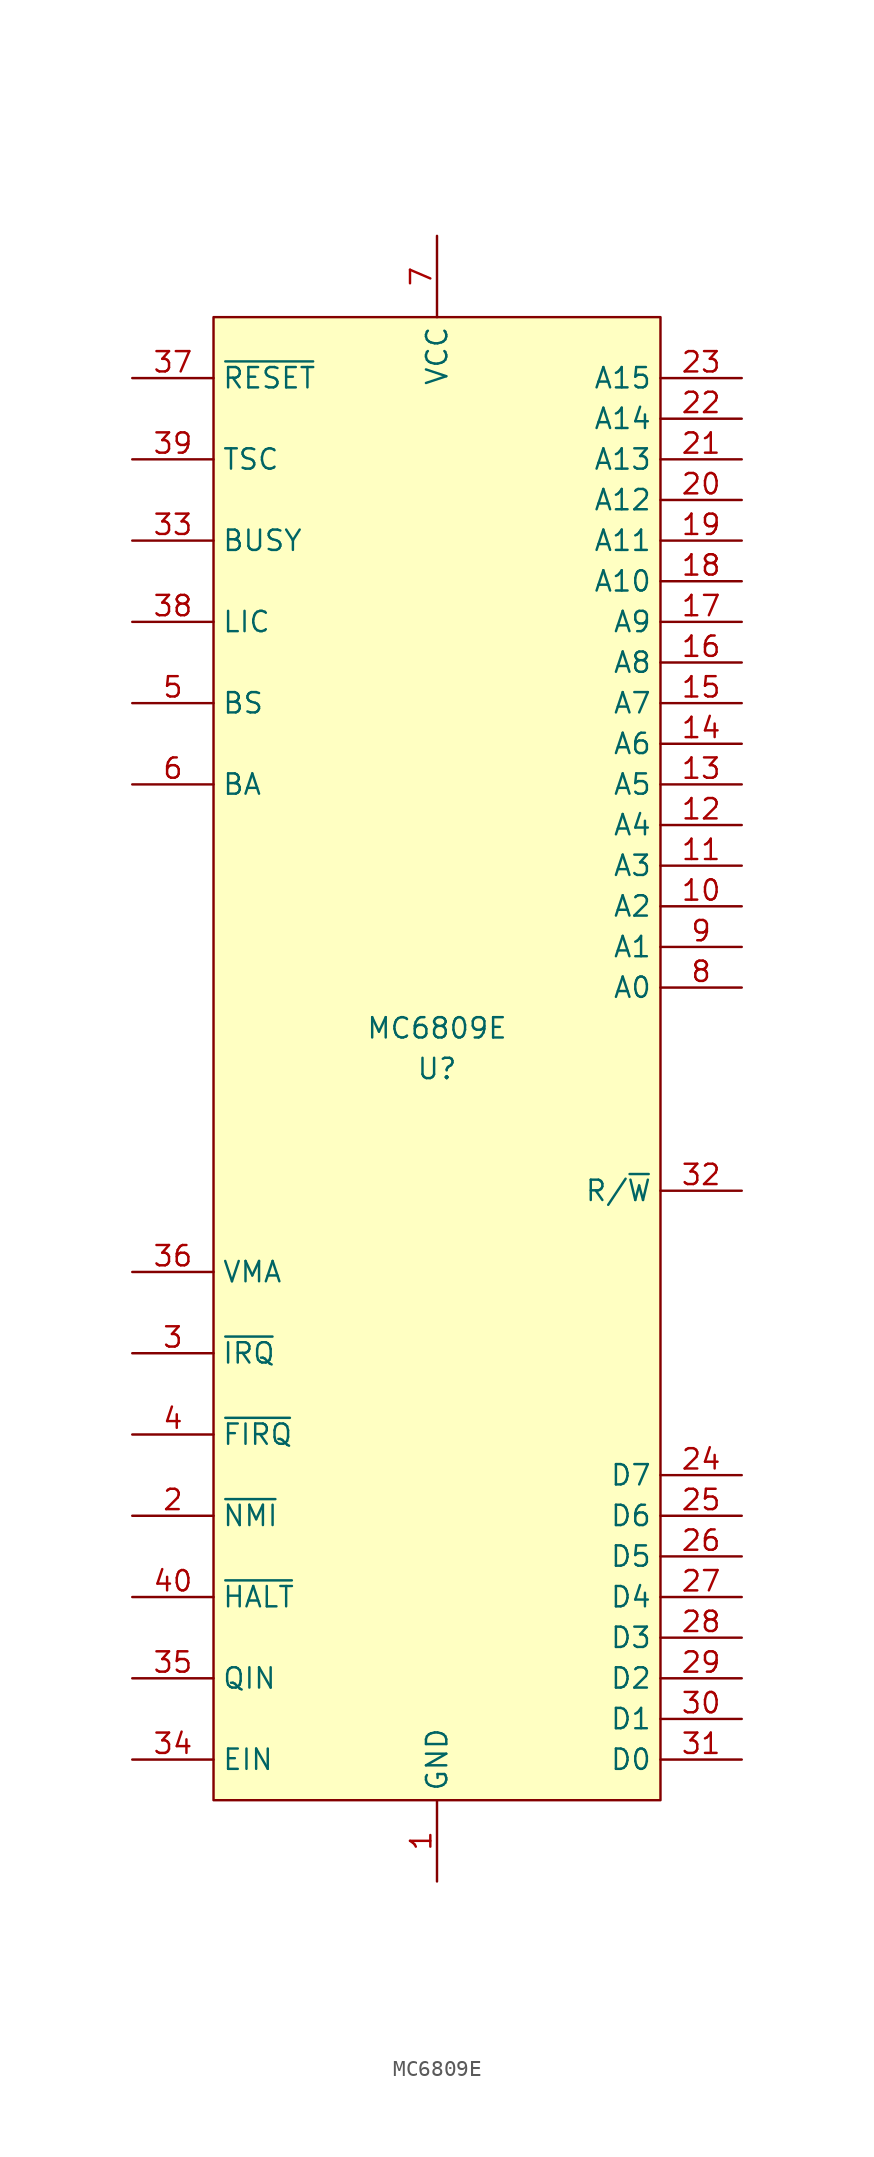
<source format=kicad_sym>
(kicad_symbol_lib
  (version 20211014)
  (generator kicad_symbol_editor)
  (symbol "MC6809E"
    (property "Reference" "U"
      (at 13.97 -46.99 0)
      (effects (font (size 1.27 1.27))))
    (property "Value" "MC6809E"
      (at 13.97 -44.45 0)
      (effects (font (size 1.27 1.27))))
    (symbol "MC6809E_0_1"
      (rectangle (start 0 0) (end 27.94 -92.71) (stroke (width 0) (type default) (color 0 0 0 0)) (fill (type background))))
    (symbol "MC6809E_1_1"
      (pin power_in line (at 13.97 -97.79 90) (length 5.08) (name "GND" (effects (font (size 1.27 1.27)))) (number "1" (effects (font (size 1.27 1.27)))))
      (pin bidirectional line (at 33.02 -36.83 180) (length 5.08) (name "A2" (effects (font (size 1.27 1.27)))) (number "10" (effects (font (size 1.27 1.27)))))
      (pin bidirectional line (at 33.02 -34.29 180) (length 5.08) (name "A3" (effects (font (size 1.27 1.27)))) (number "11" (effects (font (size 1.27 1.27)))))
      (pin bidirectional line (at 33.02 -31.75 180) (length 5.08) (name "A4" (effects (font (size 1.27 1.27)))) (number "12" (effects (font (size 1.27 1.27)))))
      (pin bidirectional line (at 33.02 -29.21 180) (length 5.08) (name "A5" (effects (font (size 1.27 1.27)))) (number "13" (effects (font (size 1.27 1.27)))))
      (pin bidirectional line (at 33.02 -26.67 180) (length 5.08) (name "A6" (effects (font (size 1.27 1.27)))) (number "14" (effects (font (size 1.27 1.27)))))
      (pin bidirectional line (at 33.02 -24.13 180) (length 5.08) (name "A7" (effects (font (size 1.27 1.27)))) (number "15" (effects (font (size 1.27 1.27)))))
      (pin bidirectional line (at 33.02 -21.59 180) (length 5.08) (name "A8" (effects (font (size 1.27 1.27)))) (number "16" (effects (font (size 1.27 1.27)))))
      (pin bidirectional line (at 33.02 -19.05 180) (length 5.08) (name "A9" (effects (font (size 1.27 1.27)))) (number "17" (effects (font (size 1.27 1.27)))))
      (pin bidirectional line (at 33.02 -16.51 180) (length 5.08) (name "A10" (effects (font (size 1.27 1.27)))) (number "18" (effects (font (size 1.27 1.27)))))
      (pin bidirectional line (at 33.02 -13.97 180) (length 5.08) (name "A11" (effects (font (size 1.27 1.27)))) (number "19" (effects (font (size 1.27 1.27)))))
      (pin input line (at -5.08 -74.93 0) (length 5.08) (name "~{NMI}" (effects (font (size 1.27 1.27)))) (number "2" (effects (font (size 1.27 1.27)))))
      (pin bidirectional line (at 33.02 -11.43 180) (length 5.08) (name "A12" (effects (font (size 1.27 1.27)))) (number "20" (effects (font (size 1.27 1.27)))))
      (pin bidirectional line (at 33.02 -8.89 180) (length 5.08) (name "A13" (effects (font (size 1.27 1.27)))) (number "21" (effects (font (size 1.27 1.27)))))
      (pin bidirectional line (at 33.02 -6.35 180) (length 5.08) (name "A14" (effects (font (size 1.27 1.27)))) (number "22" (effects (font (size 1.27 1.27)))))
      (pin bidirectional line (at 33.02 -3.81 180) (length 5.08) (name "A15" (effects (font (size 1.27 1.27)))) (number "23" (effects (font (size 1.27 1.27)))))
      (pin bidirectional line (at 33.02 -72.39 180) (length 5.08) (name "D7" (effects (font (size 1.27 1.27)))) (number "24" (effects (font (size 1.27 1.27)))))
      (pin bidirectional line (at 33.02 -74.93 180) (length 5.08) (name "D6" (effects (font (size 1.27 1.27)))) (number "25" (effects (font (size 1.27 1.27)))))
      (pin bidirectional line (at 33.02 -77.47 180) (length 5.08) (name "D5" (effects (font (size 1.27 1.27)))) (number "26" (effects (font (size 1.27 1.27)))))
      (pin bidirectional line (at 33.02 -80.01 180) (length 5.08) (name "D4" (effects (font (size 1.27 1.27)))) (number "27" (effects (font (size 1.27 1.27)))))
      (pin bidirectional line (at 33.02 -82.55 180) (length 5.08) (name "D3" (effects (font (size 1.27 1.27)))) (number "28" (effects (font (size 1.27 1.27)))))
      (pin bidirectional line (at 33.02 -85.09 180) (length 5.08) (name "D2" (effects (font (size 1.27 1.27)))) (number "29" (effects (font (size 1.27 1.27)))))
      (pin input line (at -5.08 -64.77 0) (length 5.08) (name "~{IRQ}" (effects (font (size 1.27 1.27)))) (number "3" (effects (font (size 1.27 1.27)))))
      (pin bidirectional line (at 33.02 -87.63 180) (length 5.08) (name "D1" (effects (font (size 1.27 1.27)))) (number "30" (effects (font (size 1.27 1.27)))))
      (pin bidirectional line (at 33.02 -90.17 180) (length 5.08) (name "D0" (effects (font (size 1.27 1.27)))) (number "31" (effects (font (size 1.27 1.27)))))
      (pin output line (at 33.02 -54.61 180) (length 5.08) (name "R/~{W}" (effects (font (size 1.27 1.27)))) (number "32" (effects (font (size 1.27 1.27)))))
      (pin output line (at -5.08 -13.97 0) (length 5.08) (name "BUSY" (effects (font (size 1.27 1.27)))) (number "33" (effects (font (size 1.27 1.27)))))
      (pin input line (at -5.08 -90.17 0) (length 5.08) (name "EIN" (effects (font (size 1.27 1.27)))) (number "34" (effects (font (size 1.27 1.27)))))
      (pin input line (at -5.08 -85.09 0) (length 5.08) (name "QIN" (effects (font (size 1.27 1.27)))) (number "35" (effects (font (size 1.27 1.27)))))
      (pin output line (at -5.08 -59.69 0) (length 5.08) (name "VMA" (effects (font (size 1.27 1.27)))) (number "36" (effects (font (size 1.27 1.27)))))
      (pin input line (at -5.08 -3.81 0) (length 5.08) (name "~{RESET}" (effects (font (size 1.27 1.27)))) (number "37" (effects (font (size 1.27 1.27)))))
      (pin output line (at -5.08 -19.05 0) (length 5.08) (name "LIC" (effects (font (size 1.27 1.27)))) (number "38" (effects (font (size 1.27 1.27)))))
      (pin input line (at -5.08 -8.89 0) (length 5.08) (name "TSC" (effects (font (size 1.27 1.27)))) (number "39" (effects (font (size 1.27 1.27)))))
      (pin input line (at -5.08 -69.85 0) (length 5.08) (name "~{FIRQ}" (effects (font (size 1.27 1.27)))) (number "4" (effects (font (size 1.27 1.27)))))
      (pin input line (at -5.08 -80.01 0) (length 5.08) (name "~{HALT}" (effects (font (size 1.27 1.27)))) (number "40" (effects (font (size 1.27 1.27)))))
      (pin output line (at -5.08 -24.13 0) (length 5.08) (name "BS" (effects (font (size 1.27 1.27)))) (number "5" (effects (font (size 1.27 1.27)))))
      (pin output line (at -5.08 -29.21 0) (length 5.08) (name "BA" (effects (font (size 1.27 1.27)))) (number "6" (effects (font (size 1.27 1.27)))))
      (pin power_in line (at 13.97 5.08 270) (length 5.08) (name "VCC" (effects (font (size 1.27 1.27)))) (number "7" (effects (font (size 1.27 1.27)))))
      (pin bidirectional line (at 33.02 -41.91 180) (length 5.08) (name "A0" (effects (font (size 1.27 1.27)))) (number "8" (effects (font (size 1.27 1.27)))))
      (pin bidirectional line (at 33.02 -39.37 180) (length 5.08) (name "A1" (effects (font (size 1.27 1.27)))) (number "9" (effects (font (size 1.27 1.27))))))))
</source>
